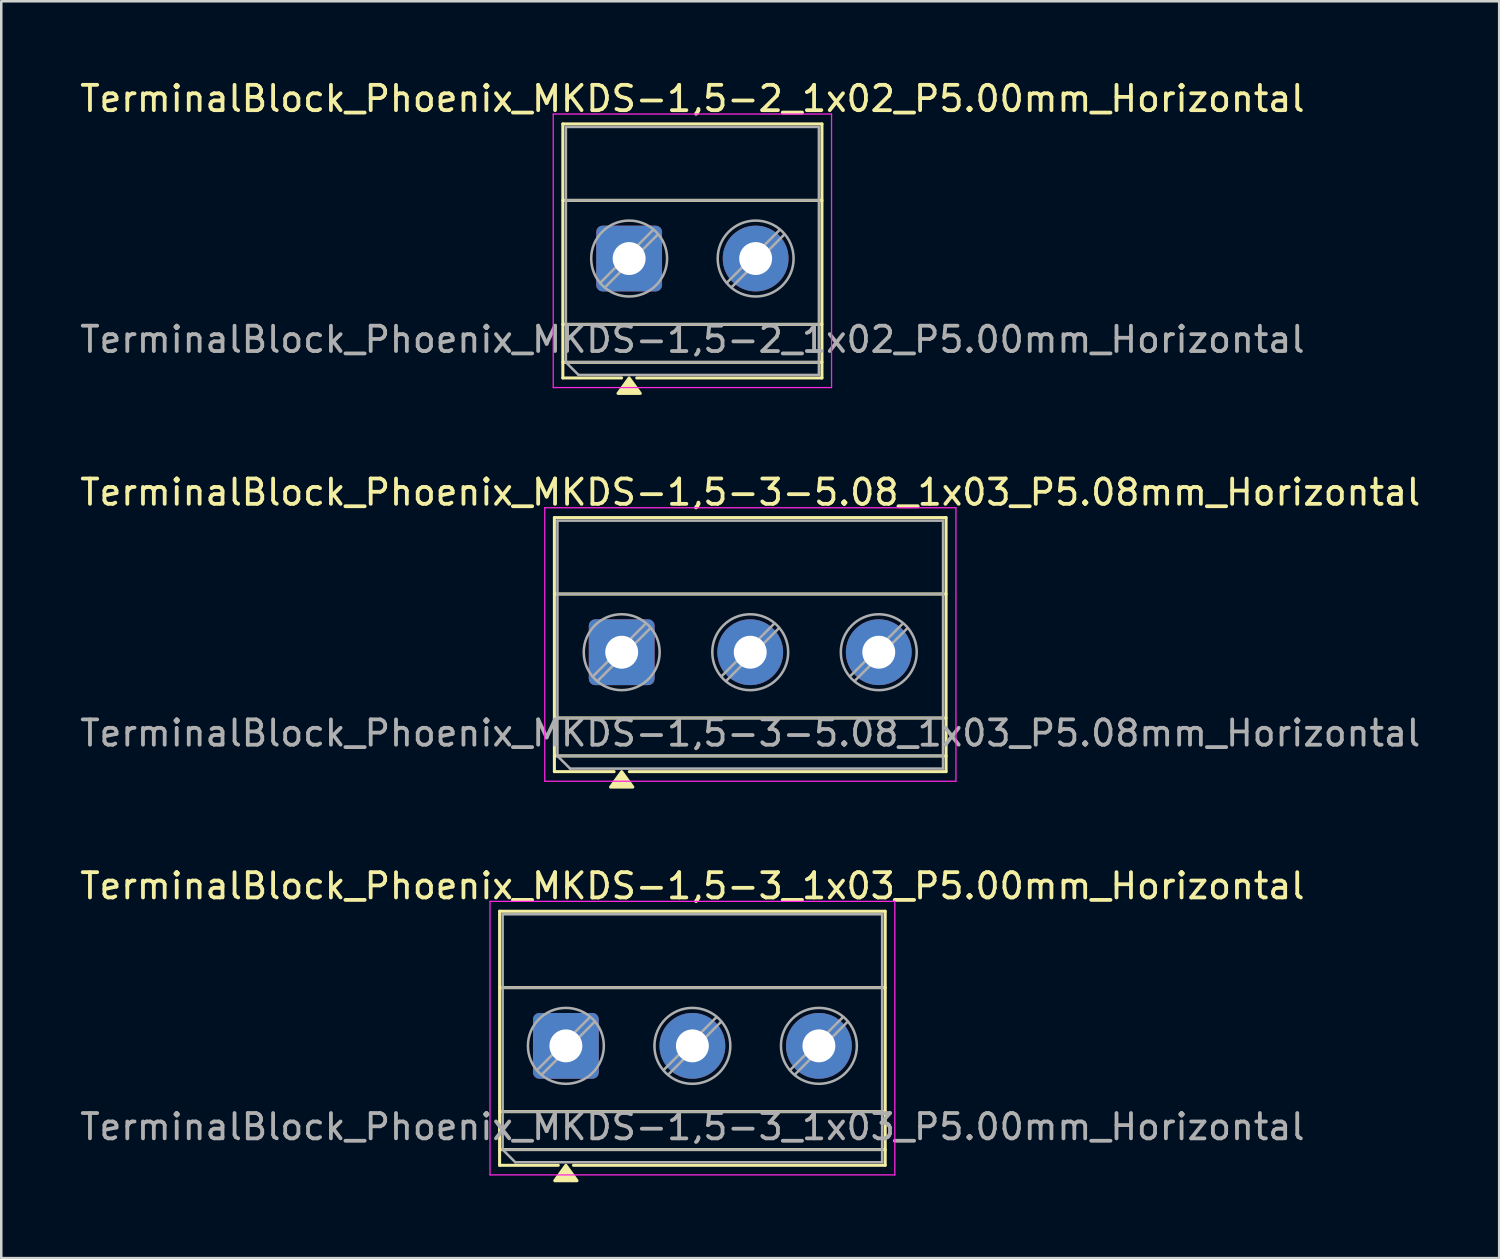
<source format=kicad_pcb>
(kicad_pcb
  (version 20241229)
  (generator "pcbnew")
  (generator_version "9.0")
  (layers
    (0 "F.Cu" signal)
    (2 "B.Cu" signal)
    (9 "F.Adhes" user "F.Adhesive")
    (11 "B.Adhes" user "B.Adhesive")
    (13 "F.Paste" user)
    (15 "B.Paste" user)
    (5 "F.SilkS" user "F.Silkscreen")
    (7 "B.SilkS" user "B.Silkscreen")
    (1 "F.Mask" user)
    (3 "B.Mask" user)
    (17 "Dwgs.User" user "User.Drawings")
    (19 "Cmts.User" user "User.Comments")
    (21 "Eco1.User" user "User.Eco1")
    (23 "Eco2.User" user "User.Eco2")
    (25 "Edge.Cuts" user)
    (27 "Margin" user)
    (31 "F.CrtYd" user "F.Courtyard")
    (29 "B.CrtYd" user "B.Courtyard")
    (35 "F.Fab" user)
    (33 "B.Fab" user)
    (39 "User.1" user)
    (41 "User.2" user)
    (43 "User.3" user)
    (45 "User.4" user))
  (footprint "TerminalBlock_Phoenix_MKDS-1,5-2_1x02_P5.00mm_Horizontal"
    (layer "F.Cu")
    (at 21.815 7.168)
    (property "Reference" "TerminalBlock_Phoenix_MKDS-1,5-2_1x02_P5.00mm_Horizontal" (at 2.5 -6.32 0) (layer "F.SilkS") (effects (font (size 1 1) (thickness 0.15))))
    (attr through_hole)
    (fp_line (start -2.62 -5.32) (end 7.62 -5.32) (stroke (width 0.12) (type solid)) (layer "F.SilkS"))
    (fp_line (start -2.62 -2.3) (end 7.62 -2.3) (stroke (width 0.12) (type solid)) (layer "F.SilkS"))
    (fp_line (start -2.62 2.6) (end 7.62 2.6) (stroke (width 0.12) (type solid)) (layer "F.SilkS"))
    (fp_line (start -2.62 4.1) (end 7.62 4.1) (stroke (width 0.12) (type solid)) (layer "F.SilkS"))
    (fp_line (start -2.62 4.72) (end -2.62 -5.32) (stroke (width 0.12) (type solid)) (layer "F.SilkS"))
    (fp_line (start -0.3 4.72) (end -2.62 4.72) (stroke (width 0.12) (type solid)) (layer "F.SilkS"))
    (fp_line (start 7.62 -5.32) (end 7.62 4.72) (stroke (width 0.12) (type solid)) (layer "F.SilkS"))
    (fp_line (start 7.62 4.72) (end 0.3 4.72) (stroke (width 0.12) (type solid)) (layer "F.SilkS"))
    (fp_poly (pts (xy 0 4.72) (xy 0.44 5.33) (xy -0.44 5.33)) (stroke (width 0.12) (type solid)) (fill yes) (layer "F.SilkS"))
    (fp_line (start -3 -5.71) (end -3 5.1) (stroke (width 0.05) (type solid)) (layer "F.CrtYd"))
    (fp_line (start -3 5.1) (end 8 5.1) (stroke (width 0.05) (type solid)) (layer "F.CrtYd"))
    (fp_line (start 8 -5.71) (end -3 -5.71) (stroke (width 0.05) (type solid)) (layer "F.CrtYd"))
    (fp_line (start 8 5.1) (end 8 -5.71) (stroke (width 0.05) (type solid)) (layer "F.CrtYd"))
    (fp_line (start -2.5 -5.2) (end 7.5 -5.2) (stroke (width 0.1) (type solid)) (layer "F.Fab"))
    (fp_line (start -2.5 -2.3) (end 7.5 -2.3) (stroke (width 0.1) (type solid)) (layer "F.Fab"))
    (fp_line (start -2.5 2.6) (end 7.5 2.6) (stroke (width 0.1) (type solid)) (layer "F.Fab"))
    (fp_line (start -2.5 4.1) (end -2.5 -5.2) (stroke (width 0.1) (type solid)) (layer "F.Fab"))
    (fp_line (start -2.5 4.1) (end 7.5 4.1) (stroke (width 0.1) (type solid)) (layer "F.Fab"))
    (fp_line (start -2 4.6) (end -2.5 4.1) (stroke (width 0.1) (type solid)) (layer "F.Fab"))
    (fp_line (start 0.955 -1.138) (end -1.138 0.955) (stroke (width 0.1) (type solid)) (layer "F.Fab"))
    (fp_line (start 1.138 -0.955) (end -0.955 1.138) (stroke (width 0.1) (type solid)) (layer "F.Fab"))
    (fp_line (start 5.955 -1.138) (end 3.862 0.955) (stroke (width 0.1) (type solid)) (layer "F.Fab"))
    (fp_line (start 6.138 -0.955) (end 4.045 1.138) (stroke (width 0.1) (type solid)) (layer "F.Fab"))
    (fp_line (start 7.5 -5.2) (end 7.5 4.6) (stroke (width 0.1) (type solid)) (layer "F.Fab"))
    (fp_line (start 7.5 4.6) (end -2 4.6) (stroke (width 0.1) (type solid)) (layer "F.Fab"))
    (fp_circle (center 0 0) (end 1.5 0) (stroke (width 0.1) (type solid)) (fill no) (layer "F.Fab"))
    (fp_circle (center 5 0) (end 6.5 0) (stroke (width 0.1) (type solid)) (fill no) (layer "F.Fab"))
    (fp_text user "${REFERENCE}" (at 2.5 3.2 0) (layer "F.Fab") (effects (font (size 1 1) (thickness 0.15))))
    (pad "1" thru_hole roundrect (at 0 0) (size 2.6 2.6) (drill 1.3) (layers "*.Cu" "*.Mask") (roundrect_rratio 0.096))
    (pad "2" thru_hole circle (at 5 0) (size 2.6 2.6) (drill 1.3) (layers "*.Cu" "*.Mask")))
  (footprint "TerminalBlock_Phoenix_MKDS-1,5-3_1x03_P5.00mm_Horizontal"
    (layer "F.Cu")
    (at 19.315 38.285)
    (property "Reference" "TerminalBlock_Phoenix_MKDS-1,5-3_1x03_P5.00mm_Horizontal" (at 5 -6.32 0) (layer "F.SilkS") (effects (font (size 1 1) (thickness 0.15))))
    (attr through_hole)
    (fp_line (start -2.62 -5.32) (end 12.62 -5.32) (stroke (width 0.12) (type solid)) (layer "F.SilkS"))
    (fp_line (start -2.62 -2.3) (end 12.62 -2.3) (stroke (width 0.12) (type solid)) (layer "F.SilkS"))
    (fp_line (start -2.62 2.6) (end 12.62 2.6) (stroke (width 0.12) (type solid)) (layer "F.SilkS"))
    (fp_line (start -2.62 4.1) (end 12.62 4.1) (stroke (width 0.12) (type solid)) (layer "F.SilkS"))
    (fp_line (start -2.62 4.72) (end -2.62 -5.32) (stroke (width 0.12) (type solid)) (layer "F.SilkS"))
    (fp_line (start -0.3 4.72) (end -2.62 4.72) (stroke (width 0.12) (type solid)) (layer "F.SilkS"))
    (fp_line (start 12.62 -5.32) (end 12.62 4.72) (stroke (width 0.12) (type solid)) (layer "F.SilkS"))
    (fp_line (start 12.62 4.72) (end 0.3 4.72) (stroke (width 0.12) (type solid)) (layer "F.SilkS"))
    (fp_poly (pts (xy 0 4.72) (xy 0.44 5.33) (xy -0.44 5.33)) (stroke (width 0.12) (type solid)) (fill yes) (layer "F.SilkS"))
    (fp_line (start -3 -5.71) (end -3 5.1) (stroke (width 0.05) (type solid)) (layer "F.CrtYd"))
    (fp_line (start -3 5.1) (end 13 5.1) (stroke (width 0.05) (type solid)) (layer "F.CrtYd"))
    (fp_line (start 13 -5.71) (end -3 -5.71) (stroke (width 0.05) (type solid)) (layer "F.CrtYd"))
    (fp_line (start 13 5.1) (end 13 -5.71) (stroke (width 0.05) (type solid)) (layer "F.CrtYd"))
    (fp_line (start -2.5 -5.2) (end 12.5 -5.2) (stroke (width 0.1) (type solid)) (layer "F.Fab"))
    (fp_line (start -2.5 -2.3) (end 12.5 -2.3) (stroke (width 0.1) (type solid)) (layer "F.Fab"))
    (fp_line (start -2.5 2.6) (end 12.5 2.6) (stroke (width 0.1) (type solid)) (layer "F.Fab"))
    (fp_line (start -2.5 4.1) (end -2.5 -5.2) (stroke (width 0.1) (type solid)) (layer "F.Fab"))
    (fp_line (start -2.5 4.1) (end 12.5 4.1) (stroke (width 0.1) (type solid)) (layer "F.Fab"))
    (fp_line (start -2 4.6) (end -2.5 4.1) (stroke (width 0.1) (type solid)) (layer "F.Fab"))
    (fp_line (start 0.955 -1.138) (end -1.138 0.955) (stroke (width 0.1) (type solid)) (layer "F.Fab"))
    (fp_line (start 1.138 -0.955) (end -0.955 1.138) (stroke (width 0.1) (type solid)) (layer "F.Fab"))
    (fp_line (start 5.955 -1.138) (end 3.862 0.955) (stroke (width 0.1) (type solid)) (layer "F.Fab"))
    (fp_line (start 6.138 -0.955) (end 4.045 1.138) (stroke (width 0.1) (type solid)) (layer "F.Fab"))
    (fp_line (start 10.955 -1.138) (end 8.862 0.955) (stroke (width 0.1) (type solid)) (layer "F.Fab"))
    (fp_line (start 11.138 -0.955) (end 9.045 1.138) (stroke (width 0.1) (type solid)) (layer "F.Fab"))
    (fp_line (start 12.5 -5.2) (end 12.5 4.6) (stroke (width 0.1) (type solid)) (layer "F.Fab"))
    (fp_line (start 12.5 4.6) (end -2 4.6) (stroke (width 0.1) (type solid)) (layer "F.Fab"))
    (fp_circle (center 0 0) (end 1.5 0) (stroke (width 0.1) (type solid)) (fill no) (layer "F.Fab"))
    (fp_circle (center 5 0) (end 6.5 0) (stroke (width 0.1) (type solid)) (fill no) (layer "F.Fab"))
    (fp_circle (center 10 0) (end 11.5 0) (stroke (width 0.1) (type solid)) (fill no) (layer "F.Fab"))
    (fp_text user "${REFERENCE}" (at 5 3.2 0) (layer "F.Fab") (effects (font (size 1 1) (thickness 0.15))))
    (pad "1" thru_hole roundrect (at 0 0) (size 2.6 2.6) (drill 1.3) (layers "*.Cu" "*.Mask") (roundrect_rratio 0.096))
    (pad "2" thru_hole circle (at 5 0) (size 2.6 2.6) (drill 1.3) (layers "*.Cu" "*.Mask"))
    (pad "3" thru_hole circle (at 10 0) (size 2.6 2.6) (drill 1.3) (layers "*.Cu" "*.Mask")))
  (footprint "TerminalBlock_Phoenix_MKDS-1,5-3-5.08_1x03_P5.08mm_Horizontal"
    (layer "F.Cu")
    (at 21.521 22.727)
    (property "Reference" "TerminalBlock_Phoenix_MKDS-1,5-3-5.08_1x03_P5.08mm_Horizontal" (at 5.08 -6.32 0) (layer "F.SilkS") (effects (font (size 1 1) (thickness 0.15))))
    (attr through_hole)
    (fp_line (start -2.66 -5.32) (end 12.82 -5.32) (stroke (width 0.12) (type solid)) (layer "F.SilkS"))
    (fp_line (start -2.66 -2.3) (end 12.82 -2.3) (stroke (width 0.12) (type solid)) (layer "F.SilkS"))
    (fp_line (start -2.66 2.6) (end 12.82 2.6) (stroke (width 0.12) (type solid)) (layer "F.SilkS"))
    (fp_line (start -2.66 4.1) (end 12.82 4.1) (stroke (width 0.12) (type solid)) (layer "F.SilkS"))
    (fp_line (start -2.66 4.72) (end -2.66 -5.32) (stroke (width 0.12) (type solid)) (layer "F.SilkS"))
    (fp_line (start -0.3 4.72) (end -2.66 4.72) (stroke (width 0.12) (type solid)) (layer "F.SilkS"))
    (fp_line (start 12.82 -5.32) (end 12.82 4.72) (stroke (width 0.12) (type solid)) (layer "F.SilkS"))
    (fp_line (start 12.82 4.72) (end 0.3 4.72) (stroke (width 0.12) (type solid)) (layer "F.SilkS"))
    (fp_poly (pts (xy 0 4.72) (xy 0.44 5.33) (xy -0.44 5.33)) (stroke (width 0.12) (type solid)) (fill yes) (layer "F.SilkS"))
    (fp_line (start -3.04 -5.71) (end -3.04 5.1) (stroke (width 0.05) (type solid)) (layer "F.CrtYd"))
    (fp_line (start -3.04 5.1) (end 13.21 5.1) (stroke (width 0.05) (type solid)) (layer "F.CrtYd"))
    (fp_line (start 13.21 -5.71) (end -3.04 -5.71) (stroke (width 0.05) (type solid)) (layer "F.CrtYd"))
    (fp_line (start 13.21 5.1) (end 13.21 -5.71) (stroke (width 0.05) (type solid)) (layer "F.CrtYd"))
    (fp_line (start -2.54 -5.2) (end 12.7 -5.2) (stroke (width 0.1) (type solid)) (layer "F.Fab"))
    (fp_line (start -2.54 -2.3) (end 12.7 -2.3) (stroke (width 0.1) (type solid)) (layer "F.Fab"))
    (fp_line (start -2.54 2.6) (end 12.7 2.6) (stroke (width 0.1) (type solid)) (layer "F.Fab"))
    (fp_line (start -2.54 4.1) (end -2.54 -5.2) (stroke (width 0.1) (type solid)) (layer "F.Fab"))
    (fp_line (start -2.54 4.1) (end 12.7 4.1) (stroke (width 0.1) (type solid)) (layer "F.Fab"))
    (fp_line (start -2.04 4.6) (end -2.54 4.1) (stroke (width 0.1) (type solid)) (layer "F.Fab"))
    (fp_line (start 0.955 -1.138) (end -1.138 0.955) (stroke (width 0.1) (type solid)) (layer "F.Fab"))
    (fp_line (start 1.138 -0.955) (end -0.955 1.138) (stroke (width 0.1) (type solid)) (layer "F.Fab"))
    (fp_line (start 6.035 -1.138) (end 3.942 0.955) (stroke (width 0.1) (type solid)) (layer "F.Fab"))
    (fp_line (start 6.218 -0.955) (end 4.125 1.138) (stroke (width 0.1) (type solid)) (layer "F.Fab"))
    (fp_line (start 11.115 -1.138) (end 9.022 0.955) (stroke (width 0.1) (type solid)) (layer "F.Fab"))
    (fp_line (start 11.298 -0.955) (end 9.205 1.138) (stroke (width 0.1) (type solid)) (layer "F.Fab"))
    (fp_line (start 12.7 -5.2) (end 12.7 4.6) (stroke (width 0.1) (type solid)) (layer "F.Fab"))
    (fp_line (start 12.7 4.6) (end -2.04 4.6) (stroke (width 0.1) (type solid)) (layer "F.Fab"))
    (fp_circle (center 0 0) (end 1.5 0) (stroke (width 0.1) (type solid)) (fill no) (layer "F.Fab"))
    (fp_circle (center 5.08 0) (end 6.58 0) (stroke (width 0.1) (type solid)) (fill no) (layer "F.Fab"))
    (fp_circle (center 10.16 0) (end 11.66 0) (stroke (width 0.1) (type solid)) (fill no) (layer "F.Fab"))
    (fp_text user "${REFERENCE}" (at 5.08 3.2 0) (layer "F.Fab") (effects (font (size 1 1) (thickness 0.15))))
    (pad "1" thru_hole roundrect (at 0 0) (size 2.6 2.6) (drill 1.3) (layers "*.Cu" "*.Mask") (roundrect_rratio 0.096))
    (pad "2" thru_hole circle (at 5.08 0) (size 2.6 2.6) (drill 1.3) (layers "*.Cu" "*.Mask"))
    (pad "3" thru_hole circle (at 10.16 0) (size 2.6 2.6) (drill 1.3) (layers "*.Cu" "*.Mask")))
  (gr_rect
    (start -3 -3)
    (end 56.202 46.675)
    (stroke (width 0.1) (type default))
    (fill no)
    (layer "Edge.Cuts")))
</source>
